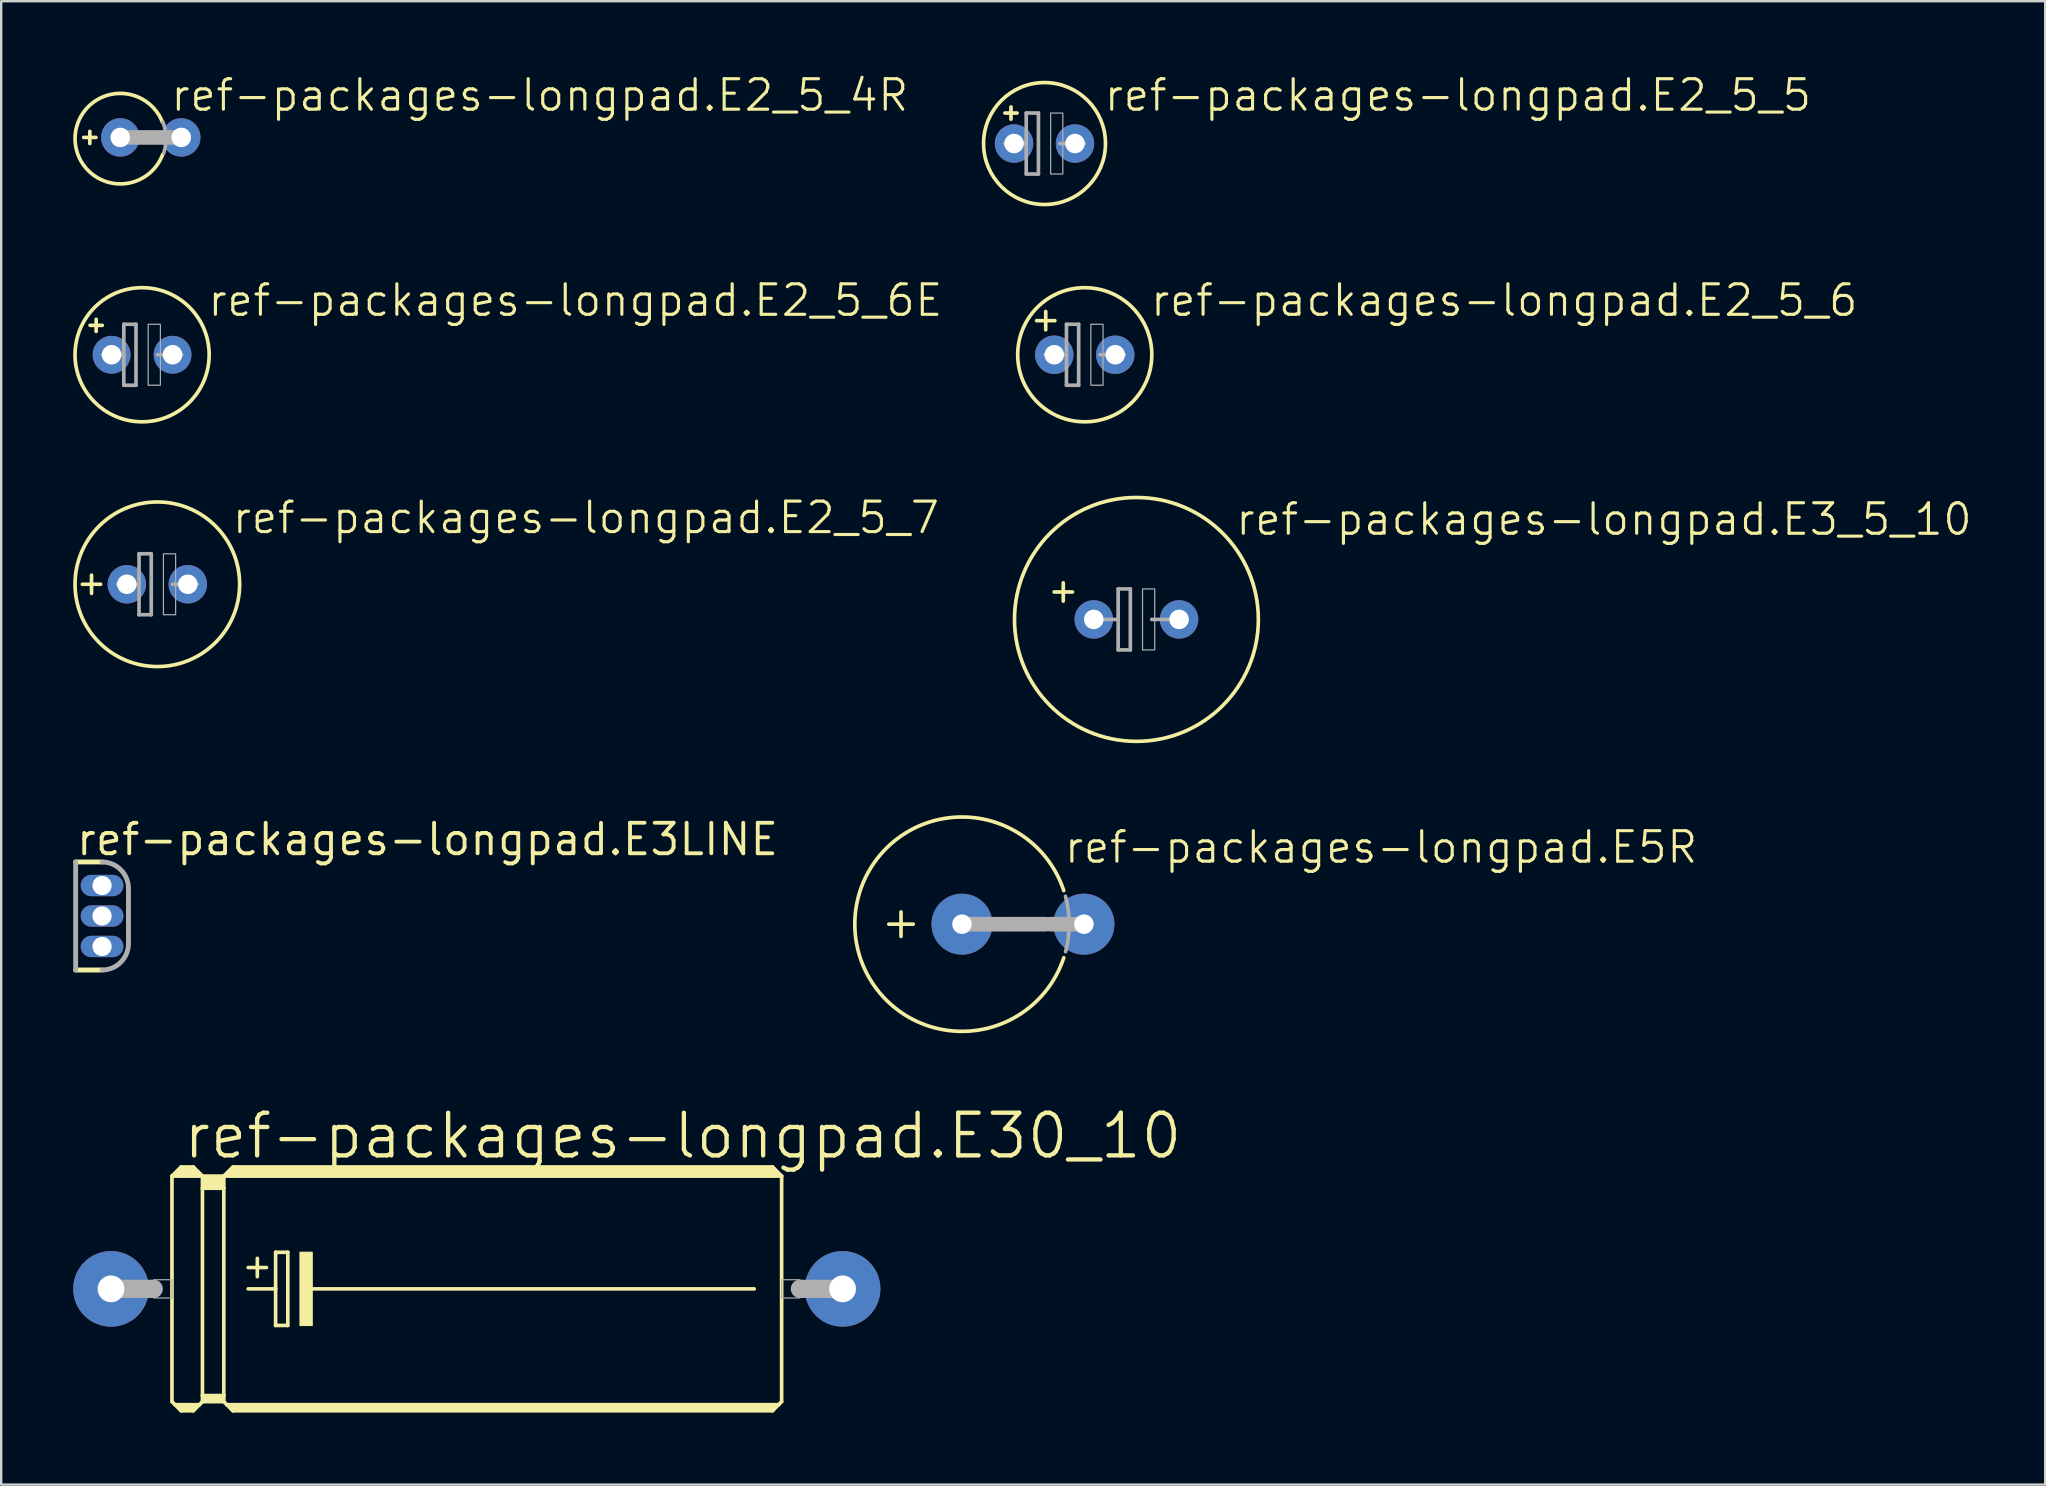
<source format=kicad_pcb>
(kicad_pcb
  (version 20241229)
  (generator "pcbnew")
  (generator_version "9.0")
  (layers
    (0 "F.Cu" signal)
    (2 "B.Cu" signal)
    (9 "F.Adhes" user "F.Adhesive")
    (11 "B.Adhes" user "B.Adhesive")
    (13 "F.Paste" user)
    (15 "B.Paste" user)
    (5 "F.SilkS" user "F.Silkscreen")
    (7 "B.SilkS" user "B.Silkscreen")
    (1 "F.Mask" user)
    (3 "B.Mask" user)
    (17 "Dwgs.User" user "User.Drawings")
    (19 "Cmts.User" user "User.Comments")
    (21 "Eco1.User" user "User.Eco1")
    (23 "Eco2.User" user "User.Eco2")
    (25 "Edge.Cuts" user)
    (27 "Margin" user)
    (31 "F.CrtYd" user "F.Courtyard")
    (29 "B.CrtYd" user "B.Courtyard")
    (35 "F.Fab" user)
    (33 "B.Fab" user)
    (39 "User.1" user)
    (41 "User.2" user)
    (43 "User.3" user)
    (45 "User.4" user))
  (footprint "ref-packages-longpad.E2_5_6"
    (layer "F.Cu")
    (at 42.144 11.73)
    (property "Reference" "ref-packages-longpad.E2_5_6" (at 2.667 -1.524 0) (layer "F.SilkS") (effects (font (size 1.27 1.27) (thickness 0.13)) (justify left bottom)))
    (attr through_hole)
    (fp_line (start -2.007 -1.42) (end -1.626 -1.42) (stroke (width 0.152) (type default)) (layer "F.SilkS"))
    (fp_line (start -1.626 -1.42) (end -1.626 -1.801) (stroke (width 0.152) (type default)) (layer "F.SilkS"))
    (fp_line (start -1.626 -1.42) (end -1.245 -1.42) (stroke (width 0.152) (type default)) (layer "F.SilkS"))
    (fp_line (start -1.626 -1.039) (end -1.626 -1.42) (stroke (width 0.152) (type default)) (layer "F.SilkS"))
    (fp_circle (center 0 0) (end 2.794 0) (stroke (width 0.152) (type default)) (fill no) (layer "F.SilkS"))
    (fp_line (start -1.651 0) (end -0.762 0) (stroke (width 0.152) (type default)) (layer "F.Fab"))
    (fp_line (start -0.762 -1.27) (end -0.762 0) (stroke (width 0.152) (type default)) (layer "F.Fab"))
    (fp_line (start -0.762 0) (end -0.762 1.27) (stroke (width 0.152) (type default)) (layer "F.Fab"))
    (fp_line (start -0.762 1.27) (end -0.254 1.27) (stroke (width 0.152) (type default)) (layer "F.Fab"))
    (fp_line (start -0.254 -1.27) (end -0.762 -1.27) (stroke (width 0.152) (type default)) (layer "F.Fab"))
    (fp_line (start -0.254 1.27) (end -0.254 -1.27) (stroke (width 0.152) (type default)) (layer "F.Fab"))
    (fp_line (start 0.635 0) (end 1.651 0) (stroke (width 0.152) (type default)) (layer "F.Fab"))
    (fp_rect (start 0.254 1.27) (end 0.762 -1.27) (stroke (width 0.05) (type default)) (fill no) (layer "F.Fab"))
    (pad "+" thru_hole circle (at -1.27 0) (size 1.6 1.6) (drill 0.813) (layers "*.Cu" "*.Mask"))
    (pad "-" thru_hole circle (at 1.27 0) (size 1.6 1.6) (drill 0.813) (layers "*.Cu" "*.Mask")))
  (footprint "ref-packages-longpad.E2_5_7"
    (layer "F.Cu")
    (at 3.505 21.292)
    (property "Reference" "ref-packages-longpad.E2_5_7" (at 3.048 -2.032 0) (layer "F.SilkS") (effects (font (size 1.27 1.27) (thickness 0.13)) (justify left bottom)))
    (attr through_hole)
    (fp_line (start -3.123 0) (end -2.361 0) (stroke (width 0.152) (type default)) (layer "F.SilkS"))
    (fp_line (start -2.742 0.381) (end -2.742 -0.381) (stroke (width 0.152) (type default)) (layer "F.SilkS"))
    (fp_circle (center 0 0) (end 3.429 0) (stroke (width 0.152) (type default)) (fill no) (layer "F.SilkS"))
    (fp_line (start -1.651 0) (end -0.762 0) (stroke (width 0.152) (type default)) (layer "F.Fab"))
    (fp_line (start -0.762 -1.27) (end -0.762 0) (stroke (width 0.152) (type default)) (layer "F.Fab"))
    (fp_line (start -0.762 0) (end -0.762 1.27) (stroke (width 0.152) (type default)) (layer "F.Fab"))
    (fp_line (start -0.762 1.27) (end -0.254 1.27) (stroke (width 0.152) (type default)) (layer "F.Fab"))
    (fp_line (start -0.254 -1.27) (end -0.762 -1.27) (stroke (width 0.152) (type default)) (layer "F.Fab"))
    (fp_line (start -0.254 1.27) (end -0.254 -1.27) (stroke (width 0.152) (type default)) (layer "F.Fab"))
    (fp_line (start 0.635 0) (end 1.651 0) (stroke (width 0.152) (type default)) (layer "F.Fab"))
    (fp_rect (start 0.254 1.27) (end 0.762 -1.27) (stroke (width 0.05) (type default)) (fill no) (layer "F.Fab"))
    (pad "+" thru_hole circle (at -1.27 0) (size 1.6 1.6) (drill 0.813) (layers "*.Cu" "*.Mask"))
    (pad "-" thru_hole circle (at 1.27 0) (size 1.6 1.6) (drill 0.813) (layers "*.Cu" "*.Mask")))
  (footprint "ref-packages-longpad.E2_5_4R"
    (layer "F.Cu")
    (at 3.232 2.676)
    (property "Reference" "ref-packages-longpad.E2_5_4R" (at 0.762 -1.016 0) (layer "F.SilkS") (effects (font (size 1.27 1.27) (thickness 0.13)) (justify left bottom)))
    (attr through_hole)
    (fp_line (start -2.794 0) (end -2.286 0) (stroke (width 0.152) (type default)) (layer "F.SilkS"))
    (fp_line (start -2.54 0.254) (end -2.54 -0.254) (stroke (width 0.152) (type default)) (layer "F.SilkS"))
    (fp_arc (start 0.499999 0.7) (mid -3.155328 0.067389) (end 0.488119 -0.6304) (stroke (width 0.1524) (type default)) (layer "F.SilkS"))
    (fp_line (start 1.27 0) (end -1.27 0) (stroke (width 0.61) (type default)) (layer "F.Fab"))
    (fp_arc (start 0.508 -0.635) (mid 0.634982 0.002505) (end 0.5403 0.6456) (stroke (width 0.1524) (type default)) (layer "F.Fab"))
    (pad "+" thru_hole circle (at -1.27 0) (size 1.6 1.6) (drill 0.813) (layers "*.Cu" "*.Mask"))
    (pad "-" thru_hole circle (at 1.27 0) (size 1.6 1.6) (drill 0.813) (layers "*.Cu" "*.Mask")))
  (footprint "ref-packages-longpad.E2_5_6E"
    (layer "F.Cu")
    (at 2.87 11.73)
    (property "Reference" "ref-packages-longpad.E2_5_6E" (at 2.667 -1.524 0) (layer "F.SilkS") (effects (font (size 1.27 1.27) (thickness 0.13)) (justify left bottom)))
    (attr through_hole)
    (fp_line (start -1.913 -0.971) (end -1.913 -1.479) (stroke (width 0.152) (type default)) (layer "F.SilkS"))
    (fp_line (start -1.659 -1.225) (end -2.167 -1.225) (stroke (width 0.152) (type default)) (layer "F.SilkS"))
    (fp_circle (center 0 0) (end 2.794 0) (stroke (width 0.152) (type default)) (fill no) (layer "F.SilkS"))
    (fp_line (start -1.651 0) (end -0.762 0) (stroke (width 0.152) (type default)) (layer "F.Fab"))
    (fp_line (start -0.762 -1.27) (end -0.762 0) (stroke (width 0.152) (type default)) (layer "F.Fab"))
    (fp_line (start -0.762 0) (end -0.762 1.27) (stroke (width 0.152) (type default)) (layer "F.Fab"))
    (fp_line (start -0.762 1.27) (end -0.254 1.27) (stroke (width 0.152) (type default)) (layer "F.Fab"))
    (fp_line (start -0.254 -1.27) (end -0.762 -1.27) (stroke (width 0.152) (type default)) (layer "F.Fab"))
    (fp_line (start -0.254 1.27) (end -0.254 -1.27) (stroke (width 0.152) (type default)) (layer "F.Fab"))
    (fp_line (start 0.635 0) (end 1.651 0) (stroke (width 0.152) (type default)) (layer "F.Fab"))
    (fp_rect (start 0.254 1.27) (end 0.762 -1.27) (stroke (width 0.05) (type default)) (fill no) (layer "F.Fab"))
    (pad "+" thru_hole circle (at -1.27 0) (size 1.575 1.575) (drill 0.813) (layers "*.Cu" "*.Mask"))
    (pad "-" thru_hole circle (at 1.27 0) (size 1.575 1.575) (drill 0.813) (layers "*.Cu" "*.Mask")))
  (footprint "ref-packages-longpad.E3LINE"
    (layer "F.Cu")
    (at 1.202 35.113)
    (property "Reference" "ref-packages-longpad.E3LINE" (at -1.15 -2.45 0) (layer "F.SilkS") (effects (font (size 1.27 1.27) (thickness 0.16)) (justify left bottom)))
    (attr through_hole)
    (fp_line (start -1.1 -2.25) (end 0 -2.25) (stroke (width 0.203) (type default)) (layer "F.SilkS"))
    (fp_line (start 0 2.25) (end -1.1 2.25) (stroke (width 0.203) (type default)) (layer "F.SilkS"))
    (fp_line (start -1.1 2.25) (end -1.1 -2.25) (stroke (width 0.203) (type default)) (layer "F.Fab"))
    (fp_line (start 1.1 -1.15) (end 1.1 1.15) (stroke (width 0.203) (type default)) (layer "F.Fab"))
    (fp_arc (start 0 -2.25) (mid 0.777817 -1.927817) (end 1.1 -1.15) (stroke (width 0.2032) (type default)) (layer "F.Fab"))
    (fp_arc (start 1.1 1.15) (mid 0.777817 1.927817) (end 0 2.25) (stroke (width 0.2032) (type default)) (layer "F.Fab"))
    (pad "1" thru_hole oval (at 0 1.27) (size 1.778 0.889) (drill 0.8) (layers "*.Cu" "*.Mask"))
    (pad "2" thru_hole oval (at 0 0) (size 1.778 0.889) (drill 0.8) (layers "*.Cu" "*.Mask"))
    (pad "3" thru_hole oval (at 0 -1.27) (size 1.778 0.889) (drill 0.8) (layers "*.Cu" "*.Mask")))
  (footprint "ref-packages-longpad.E2_5_5"
    (layer "F.Cu")
    (at 40.468 2.93)
    (property "Reference" "ref-packages-longpad.E2_5_5" (at 2.413 -1.27 0) (layer "F.SilkS") (effects (font (size 1.27 1.27) (thickness 0.13)) (justify left bottom)))
    (attr through_hole)
    (fp_line (start -1.651 -1.27) (end -1.397 -1.27) (stroke (width 0.152) (type default)) (layer "F.SilkS"))
    (fp_line (start -1.397 -1.27) (end -1.397 -1.524) (stroke (width 0.152) (type default)) (layer "F.SilkS"))
    (fp_line (start -1.397 -1.27) (end -1.143 -1.27) (stroke (width 0.152) (type default)) (layer "F.SilkS"))
    (fp_line (start -1.397 -1.016) (end -1.397 -1.27) (stroke (width 0.152) (type default)) (layer "F.SilkS"))
    (fp_circle (center 0 0) (end 2.54 0) (stroke (width 0.152) (type default)) (fill no) (layer "F.SilkS"))
    (fp_line (start -1.651 0) (end -0.762 0) (stroke (width 0.152) (type default)) (layer "F.Fab"))
    (fp_line (start -0.762 -1.27) (end -0.762 0) (stroke (width 0.152) (type default)) (layer "F.Fab"))
    (fp_line (start -0.762 0) (end -0.762 1.27) (stroke (width 0.152) (type default)) (layer "F.Fab"))
    (fp_line (start -0.762 1.27) (end -0.254 1.27) (stroke (width 0.152) (type default)) (layer "F.Fab"))
    (fp_line (start -0.254 -1.27) (end -0.762 -1.27) (stroke (width 0.152) (type default)) (layer "F.Fab"))
    (fp_line (start -0.254 1.27) (end -0.254 -1.27) (stroke (width 0.152) (type default)) (layer "F.Fab"))
    (fp_line (start 0.635 0) (end 1.651 0) (stroke (width 0.152) (type default)) (layer "F.Fab"))
    (fp_rect (start 0.254 1.27) (end 0.762 -1.27) (stroke (width 0.05) (type default)) (fill no) (layer "F.Fab"))
    (pad "+" thru_hole circle (at -1.27 0) (size 1.6 1.6) (drill 0.813) (layers "*.Cu" "*.Mask"))
    (pad "-" thru_hole circle (at 1.27 0) (size 1.6 1.6) (drill 0.813) (layers "*.Cu" "*.Mask")))
  (footprint "ref-packages-longpad.E5R"
    (layer "F.Cu")
    (at 39.569 35.454)
    (property "Reference" "ref-packages-longpad.E5R" (at 1.651 -2.464 0) (layer "F.SilkS") (effects (font (size 1.27 1.27) (thickness 0.13)) (justify left bottom)))
    (attr through_hole)
    (fp_line (start -5.588 0) (end -4.572 0) (stroke (width 0.152) (type default)) (layer "F.SilkS"))
    (fp_line (start -5.08 0.508) (end -5.08 -0.508) (stroke (width 0.152) (type default)) (layer "F.SilkS"))
    (fp_arc (start 1.699999 1.4) (mid -7.005177 -0.000097) (end 1.700028 -1.400015) (stroke (width 0.1524) (type default)) (layer "F.SilkS"))
    (fp_line (start -2.54 0) (end -1.016 0) (stroke (width 0.61) (type default)) (layer "F.Fab"))
    (fp_line (start -0.889 0) (end 0.94 0) (stroke (width 0.61) (type default)) (layer "F.Fab"))
    (fp_line (start 2.54 0) (end 1.143 0) (stroke (width 0.61) (type default)) (layer "F.Fab"))
    (fp_arc (start 1.7732 -1.1613) (mid 1.926798 -0.009471) (end 1.7781 1.143) (stroke (width 0.1524) (type default)) (layer "F.Fab"))
    (pad "+" thru_hole circle (at -2.54 0) (size 2.54 2.54) (drill 0.813) (layers "*.Cu" "*.Mask"))
    (pad "-" thru_hole circle (at 2.54 0) (size 2.54 2.54) (drill 0.813) (layers "*.Cu" "*.Mask")))
  (footprint "ref-packages-longpad.E3_5_10"
    (layer "F.Cu")
    (at 44.297 22.757)
    (property "Reference" "ref-packages-longpad.E3_5_10" (at 4.064 -3.429 0) (layer "F.SilkS") (effects (font (size 1.27 1.27) (thickness 0.13)) (justify left bottom)))
    (attr through_hole)
    (fp_line (start -3.429 -1.143) (end -2.667 -1.143) (stroke (width 0.152) (type default)) (layer "F.SilkS"))
    (fp_line (start -3.048 -0.762) (end -3.048 -1.524) (stroke (width 0.152) (type default)) (layer "F.SilkS"))
    (fp_circle (center 0 0) (end 5.08 0) (stroke (width 0.152) (type default)) (fill no) (layer "F.SilkS"))
    (fp_line (start -1.651 0) (end -0.762 0) (stroke (width 0.152) (type default)) (layer "F.Fab"))
    (fp_line (start -0.762 -1.27) (end -0.762 0) (stroke (width 0.152) (type default)) (layer "F.Fab"))
    (fp_line (start -0.762 0) (end -0.762 1.27) (stroke (width 0.152) (type default)) (layer "F.Fab"))
    (fp_line (start -0.762 1.27) (end -0.254 1.27) (stroke (width 0.152) (type default)) (layer "F.Fab"))
    (fp_line (start -0.254 -1.27) (end -0.762 -1.27) (stroke (width 0.152) (type default)) (layer "F.Fab"))
    (fp_line (start -0.254 1.27) (end -0.254 -1.27) (stroke (width 0.152) (type default)) (layer "F.Fab"))
    (fp_line (start 0.635 0) (end 1.651 0) (stroke (width 0.152) (type default)) (layer "F.Fab"))
    (fp_rect (start 0.254 1.27) (end 0.762 -1.27) (stroke (width 0.05) (type default)) (fill no) (layer "F.Fab"))
    (pad "+" thru_hole circle (at -1.778 0) (size 1.6 1.6) (drill 0.813) (layers "*.Cu" "*.Mask"))
    (pad "-" thru_hole circle (at 1.778 0) (size 1.6 1.6) (drill 0.813) (layers "*.Cu" "*.Mask")))
  (footprint "ref-packages-longpad.E30_10"
    (layer "F.Cu")
    (at 16.815 50.648)
    (property "Reference" "ref-packages-longpad.E30_10" (at -12.319 -5.334 0) (layer "F.SilkS") (effects (font (size 1.778 1.778) (thickness 0.18)) (justify left bottom)))
    (attr through_hole)
    (fp_line (start -12.7 -4.699) (end -12.7 4.699) (stroke (width 0.152) (type default)) (layer "F.SilkS"))
    (fp_line (start -12.7 -4.699) (end -12.319 -5.08) (stroke (width 0.152) (type default)) (layer "F.SilkS"))
    (fp_line (start -12.7 -4.699) (end -11.43 -4.699) (stroke (width 0.152) (type default)) (layer "F.SilkS"))
    (fp_line (start -12.7 4.699) (end -12.573 4.826) (stroke (width 0.152) (type default)) (layer "F.SilkS"))
    (fp_line (start -12.573 4.826) (end -12.319 5.08) (stroke (width 0.152) (type default)) (layer "F.SilkS"))
    (fp_line (start -12.573 4.826) (end -11.557 4.826) (stroke (width 0.152) (type default)) (layer "F.SilkS"))
    (fp_line (start -12.446 -4.826) (end -11.684 -4.826) (stroke (width 0.305) (type default)) (layer "F.SilkS"))
    (fp_line (start -12.319 -5.08) (end -11.811 -5.08) (stroke (width 0.152) (type default)) (layer "F.SilkS"))
    (fp_line (start -12.319 -4.953) (end -11.811 -4.953) (stroke (width 0.305) (type default)) (layer "F.SilkS"))
    (fp_line (start -12.319 4.953) (end -11.811 4.953) (stroke (width 0.305) (type default)) (layer "F.SilkS"))
    (fp_line (start -12.319 5.08) (end -11.811 5.08) (stroke (width 0.152) (type default)) (layer "F.SilkS"))
    (fp_line (start -11.557 4.826) (end -11.811 5.08) (stroke (width 0.152) (type default)) (layer "F.SilkS"))
    (fp_line (start -11.43 -4.699) (end -11.811 -5.08) (stroke (width 0.152) (type default)) (layer "F.SilkS"))
    (fp_line (start -11.43 -4.699) (end -11.43 -4.191) (stroke (width 0.152) (type default)) (layer "F.SilkS"))
    (fp_line (start -11.43 -4.699) (end -10.541 -4.699) (stroke (width 0.152) (type default)) (layer "F.SilkS"))
    (fp_line (start -11.43 -4.191) (end -11.43 4.445) (stroke (width 0.152) (type default)) (layer "F.SilkS"))
    (fp_line (start -11.43 -4.191) (end -10.541 -4.191) (stroke (width 0.152) (type default)) (layer "F.SilkS"))
    (fp_line (start -11.43 4.445) (end -11.43 4.699) (stroke (width 0.152) (type default)) (layer "F.SilkS"))
    (fp_line (start -11.43 4.445) (end -10.541 4.445) (stroke (width 0.152) (type default)) (layer "F.SilkS"))
    (fp_line (start -11.43 4.699) (end -11.557 4.826) (stroke (width 0.152) (type default)) (layer "F.SilkS"))
    (fp_line (start -11.43 4.699) (end -10.541 4.699) (stroke (width 0.152) (type default)) (layer "F.SilkS"))
    (fp_line (start -11.303 -4.572) (end -10.668 -4.572) (stroke (width 0.305) (type default)) (layer "F.SilkS"))
    (fp_line (start -11.303 -4.318) (end -10.668 -4.318) (stroke (width 0.305) (type default)) (layer "F.SilkS"))
    (fp_line (start -11.303 4.572) (end -10.668 4.572) (stroke (width 0.305) (type default)) (layer "F.SilkS"))
    (fp_line (start -10.541 -4.699) (end -10.541 -4.191) (stroke (width 0.152) (type default)) (layer "F.SilkS"))
    (fp_line (start -10.541 -4.699) (end -10.16 -5.08) (stroke (width 0.152) (type default)) (layer "F.SilkS"))
    (fp_line (start -10.541 -4.699) (end 12.7 -4.699) (stroke (width 0.152) (type default)) (layer "F.SilkS"))
    (fp_line (start -10.541 -4.191) (end -10.541 4.445) (stroke (width 0.152) (type default)) (layer "F.SilkS"))
    (fp_line (start -10.541 4.445) (end -10.541 4.699) (stroke (width 0.152) (type default)) (layer "F.SilkS"))
    (fp_line (start -10.414 4.826) (end -10.541 4.699) (stroke (width 0.152) (type default)) (layer "F.SilkS"))
    (fp_line (start -10.414 4.826) (end 12.573 4.826) (stroke (width 0.152) (type default)) (layer "F.SilkS"))
    (fp_line (start -10.287 -4.826) (end 12.446 -4.826) (stroke (width 0.305) (type default)) (layer "F.SilkS"))
    (fp_line (start -10.16 -4.953) (end 12.319 -4.953) (stroke (width 0.305) (type default)) (layer "F.SilkS"))
    (fp_line (start -10.16 4.953) (end 12.319 4.953) (stroke (width 0.305) (type default)) (layer "F.SilkS"))
    (fp_line (start -10.16 5.08) (end -10.414 4.826) (stroke (width 0.152) (type default)) (layer "F.SilkS"))
    (fp_line (start -9.525 -0.889) (end -8.763 -0.889) (stroke (width 0.152) (type default)) (layer "F.SilkS"))
    (fp_line (start -9.525 0) (end -8.382 0) (stroke (width 0.152) (type default)) (layer "F.SilkS"))
    (fp_line (start -9.144 -1.27) (end -9.144 -0.508) (stroke (width 0.152) (type default)) (layer "F.SilkS"))
    (fp_line (start -8.382 -1.524) (end -8.382 0) (stroke (width 0.152) (type default)) (layer "F.SilkS"))
    (fp_line (start -8.382 0) (end -8.382 1.524) (stroke (width 0.152) (type default)) (layer "F.SilkS"))
    (fp_line (start -8.382 1.524) (end -7.874 1.524) (stroke (width 0.152) (type default)) (layer "F.SilkS"))
    (fp_line (start -7.874 -1.524) (end -8.382 -1.524) (stroke (width 0.152) (type default)) (layer "F.SilkS"))
    (fp_line (start -7.874 1.524) (end -7.874 -1.524) (stroke (width 0.152) (type default)) (layer "F.SilkS"))
    (fp_line (start -6.985 0) (end 11.557 0) (stroke (width 0.152) (type default)) (layer "F.SilkS"))
    (fp_line (start 12.319 -5.08) (end -10.16 -5.08) (stroke (width 0.152) (type default)) (layer "F.SilkS"))
    (fp_line (start 12.319 5.08) (end -10.16 5.08) (stroke (width 0.152) (type default)) (layer "F.SilkS"))
    (fp_line (start 12.573 4.826) (end 12.319 5.08) (stroke (width 0.152) (type default)) (layer "F.SilkS"))
    (fp_line (start 12.7 -4.699) (end 12.319 -5.08) (stroke (width 0.152) (type default)) (layer "F.SilkS"))
    (fp_line (start 12.7 -4.699) (end 12.7 4.699) (stroke (width 0.152) (type default)) (layer "F.SilkS"))
    (fp_line (start 12.7 4.699) (end 12.573 4.826) (stroke (width 0.152) (type default)) (layer "F.SilkS"))
    (fp_rect (start -7.366 1.524) (end -6.858 -1.524) (stroke (width 0.05) (type default)) (fill yes) (layer "F.SilkS"))
    (fp_line (start -15.24 0) (end -13.462 0) (stroke (width 0.762) (type default)) (layer "F.Fab"))
    (fp_line (start 15.24 0) (end 13.462 0) (stroke (width 0.762) (type default)) (layer "F.Fab"))
    (fp_rect (start -13.462 0.381) (end -12.7 -0.381) (stroke (width 0.05) (type default)) (fill no) (layer "F.Fab"))
    (fp_rect (start 12.7 0.381) (end 13.462 -0.381) (stroke (width 0.05) (type default)) (fill no) (layer "F.Fab"))
    (pad "+" thru_hole circle (at -15.24 0) (size 3.15 3.15) (drill 1.118) (layers "*.Cu" "*.Mask"))
    (pad "-" thru_hole circle (at 15.24 0) (size 3.15 3.15) (drill 1.118) (layers "*.Cu" "*.Mask")))
  (gr_rect
    (start -3 -3)
    (end 82.159 58.804)
    (stroke (width 0.1) (type default))
    (fill no)
    (layer "Edge.Cuts")))
</source>
